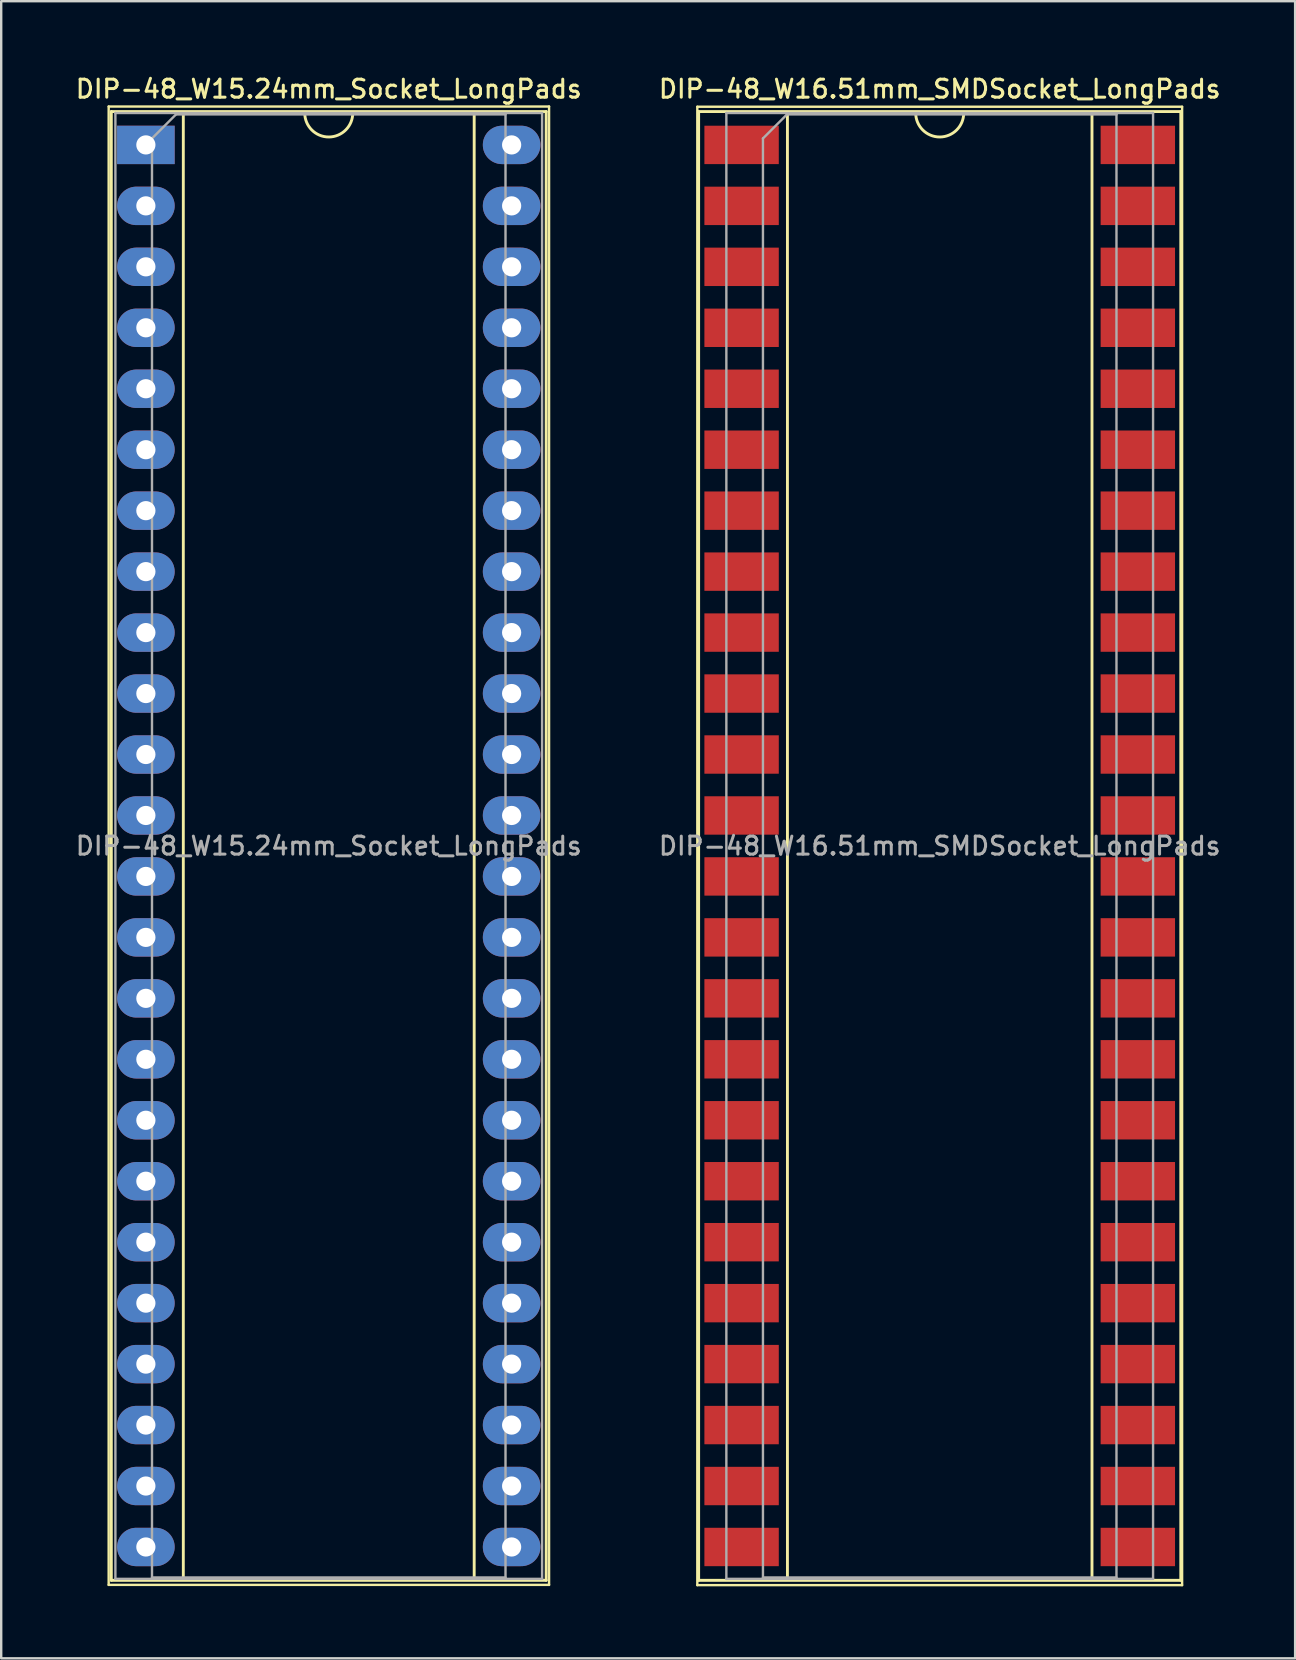
<source format=kicad_pcb>
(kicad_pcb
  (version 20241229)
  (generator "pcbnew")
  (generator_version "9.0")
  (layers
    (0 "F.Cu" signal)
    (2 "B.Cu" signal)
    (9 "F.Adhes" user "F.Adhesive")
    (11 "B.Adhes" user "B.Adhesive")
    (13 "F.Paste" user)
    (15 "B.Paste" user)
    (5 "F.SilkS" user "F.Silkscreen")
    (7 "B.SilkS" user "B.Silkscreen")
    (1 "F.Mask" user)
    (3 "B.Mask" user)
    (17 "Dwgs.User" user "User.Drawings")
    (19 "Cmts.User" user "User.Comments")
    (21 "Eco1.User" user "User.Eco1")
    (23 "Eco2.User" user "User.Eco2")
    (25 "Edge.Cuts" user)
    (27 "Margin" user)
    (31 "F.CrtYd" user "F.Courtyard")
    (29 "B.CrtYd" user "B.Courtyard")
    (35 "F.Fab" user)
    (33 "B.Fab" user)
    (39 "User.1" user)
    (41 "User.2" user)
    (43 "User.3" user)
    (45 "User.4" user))
  (footprint "DIP-48_W15.24mm_Socket_LongPads"
    (layer "F.Cu")
    (at 3.028 2.988)
    (property "Reference" "DIP-48_W15.24mm_Socket_LongPads" (at 7.62 -2.33 0) (layer "F.SilkS") (effects (font (size 0.75 0.75) (thickness 0.125))))
    (attr through_hole)
    (fp_line (start -1.55 -1.6) (end -1.55 60) (stroke (width 0.1) (type solid)) (layer "F.SilkS"))
    (fp_line (start -1.55 60) (end 16.8 60) (stroke (width 0.1) (type solid)) (layer "F.SilkS"))
    (fp_line (start -1.44 -1.39) (end -1.44 59.81) (stroke (width 0.12) (type solid)) (layer "F.SilkS"))
    (fp_line (start -1.44 59.81) (end 16.68 59.81) (stroke (width 0.12) (type solid)) (layer "F.SilkS"))
    (fp_line (start 1.56 -1.33) (end 1.56 59.75) (stroke (width 0.12) (type solid)) (layer "F.SilkS"))
    (fp_line (start 1.56 59.75) (end 13.68 59.75) (stroke (width 0.12) (type solid)) (layer "F.SilkS"))
    (fp_line (start 6.62 -1.33) (end 1.56 -1.33) (stroke (width 0.12) (type solid)) (layer "F.SilkS"))
    (fp_line (start 13.68 -1.33) (end 8.62 -1.33) (stroke (width 0.12) (type solid)) (layer "F.SilkS"))
    (fp_line (start 13.68 59.75) (end 13.68 -1.33) (stroke (width 0.12) (type solid)) (layer "F.SilkS"))
    (fp_line (start 16.68 -1.39) (end -1.44 -1.39) (stroke (width 0.12) (type solid)) (layer "F.SilkS"))
    (fp_line (start 16.68 59.81) (end 16.68 -1.39) (stroke (width 0.12) (type solid)) (layer "F.SilkS"))
    (fp_line (start 16.8 -1.6) (end -1.55 -1.6) (stroke (width 0.1) (type solid)) (layer "F.SilkS"))
    (fp_line (start 16.8 60) (end 16.8 -1.6) (stroke (width 0.1) (type solid)) (layer "F.SilkS"))
    (fp_arc (start 8.62 -1.33) (mid 7.62 -0.33) (end 6.62 -1.33) (stroke (width 0.12) (type solid)) (layer "F.SilkS"))
    (fp_line (start -1.27 -1.33) (end -1.27 59.75) (stroke (width 0.1) (type solid)) (layer "F.Fab"))
    (fp_line (start -1.27 59.75) (end 16.51 59.75) (stroke (width 0.1) (type solid)) (layer "F.Fab"))
    (fp_line (start 0.255 -0.27) (end 1.255 -1.27) (stroke (width 0.1) (type solid)) (layer "F.Fab"))
    (fp_line (start 0.255 59.69) (end 0.255 -0.27) (stroke (width 0.1) (type solid)) (layer "F.Fab"))
    (fp_line (start 1.255 -1.27) (end 14.985 -1.27) (stroke (width 0.1) (type solid)) (layer "F.Fab"))
    (fp_line (start 14.985 -1.27) (end 14.985 59.69) (stroke (width 0.1) (type solid)) (layer "F.Fab"))
    (fp_line (start 14.985 59.69) (end 0.255 59.69) (stroke (width 0.1) (type solid)) (layer "F.Fab"))
    (fp_line (start 16.51 -1.33) (end -1.27 -1.33) (stroke (width 0.1) (type solid)) (layer "F.Fab"))
    (fp_line (start 16.51 59.75) (end 16.51 -1.33) (stroke (width 0.1) (type solid)) (layer "F.Fab"))
    (fp_text user "${REFERENCE}" (at 7.62 29.21 0) (layer "F.Fab") (effects (font (size 0.75 0.75) (thickness 0.125))))
    (pad "1" thru_hole rect (at 0 0) (size 2.4 1.6) (drill 0.8) (layers "*.Cu" "*.Mask"))
    (pad "2" thru_hole oval (at 0 2.54) (size 2.4 1.6) (drill 0.8) (layers "*.Cu" "*.Mask"))
    (pad "3" thru_hole oval (at 0 5.08) (size 2.4 1.6) (drill 0.8) (layers "*.Cu" "*.Mask"))
    (pad "4" thru_hole oval (at 0 7.62) (size 2.4 1.6) (drill 0.8) (layers "*.Cu" "*.Mask"))
    (pad "5" thru_hole oval (at 0 10.16) (size 2.4 1.6) (drill 0.8) (layers "*.Cu" "*.Mask"))
    (pad "6" thru_hole oval (at 0 12.7) (size 2.4 1.6) (drill 0.8) (layers "*.Cu" "*.Mask"))
    (pad "7" thru_hole oval (at 0 15.24) (size 2.4 1.6) (drill 0.8) (layers "*.Cu" "*.Mask"))
    (pad "8" thru_hole oval (at 0 17.78) (size 2.4 1.6) (drill 0.8) (layers "*.Cu" "*.Mask"))
    (pad "9" thru_hole oval (at 0 20.32) (size 2.4 1.6) (drill 0.8) (layers "*.Cu" "*.Mask"))
    (pad "10" thru_hole oval (at 0 22.86) (size 2.4 1.6) (drill 0.8) (layers "*.Cu" "*.Mask"))
    (pad "11" thru_hole oval (at 0 25.4) (size 2.4 1.6) (drill 0.8) (layers "*.Cu" "*.Mask"))
    (pad "12" thru_hole oval (at 0 27.94) (size 2.4 1.6) (drill 0.8) (layers "*.Cu" "*.Mask"))
    (pad "13" thru_hole oval (at 0 30.48) (size 2.4 1.6) (drill 0.8) (layers "*.Cu" "*.Mask"))
    (pad "14" thru_hole oval (at 0 33.02) (size 2.4 1.6) (drill 0.8) (layers "*.Cu" "*.Mask"))
    (pad "15" thru_hole oval (at 0 35.56) (size 2.4 1.6) (drill 0.8) (layers "*.Cu" "*.Mask"))
    (pad "16" thru_hole oval (at 0 38.1) (size 2.4 1.6) (drill 0.8) (layers "*.Cu" "*.Mask"))
    (pad "17" thru_hole oval (at 0 40.64) (size 2.4 1.6) (drill 0.8) (layers "*.Cu" "*.Mask"))
    (pad "18" thru_hole oval (at 0 43.18) (size 2.4 1.6) (drill 0.8) (layers "*.Cu" "*.Mask"))
    (pad "19" thru_hole oval (at 0 45.72) (size 2.4 1.6) (drill 0.8) (layers "*.Cu" "*.Mask"))
    (pad "20" thru_hole oval (at 0 48.26) (size 2.4 1.6) (drill 0.8) (layers "*.Cu" "*.Mask"))
    (pad "21" thru_hole oval (at 0 50.8) (size 2.4 1.6) (drill 0.8) (layers "*.Cu" "*.Mask"))
    (pad "22" thru_hole oval (at 0 53.34) (size 2.4 1.6) (drill 0.8) (layers "*.Cu" "*.Mask"))
    (pad "23" thru_hole oval (at 0 55.88) (size 2.4 1.6) (drill 0.8) (layers "*.Cu" "*.Mask"))
    (pad "24" thru_hole oval (at 0 58.42) (size 2.4 1.6) (drill 0.8) (layers "*.Cu" "*.Mask"))
    (pad "25" thru_hole oval (at 15.24 58.42) (size 2.4 1.6) (drill 0.8) (layers "*.Cu" "*.Mask"))
    (pad "26" thru_hole oval (at 15.24 55.88) (size 2.4 1.6) (drill 0.8) (layers "*.Cu" "*.Mask"))
    (pad "27" thru_hole oval (at 15.24 53.34) (size 2.4 1.6) (drill 0.8) (layers "*.Cu" "*.Mask"))
    (pad "28" thru_hole oval (at 15.24 50.8) (size 2.4 1.6) (drill 0.8) (layers "*.Cu" "*.Mask"))
    (pad "29" thru_hole oval (at 15.24 48.26) (size 2.4 1.6) (drill 0.8) (layers "*.Cu" "*.Mask"))
    (pad "30" thru_hole oval (at 15.24 45.72) (size 2.4 1.6) (drill 0.8) (layers "*.Cu" "*.Mask"))
    (pad "31" thru_hole oval (at 15.24 43.18) (size 2.4 1.6) (drill 0.8) (layers "*.Cu" "*.Mask"))
    (pad "32" thru_hole oval (at 15.24 40.64) (size 2.4 1.6) (drill 0.8) (layers "*.Cu" "*.Mask"))
    (pad "33" thru_hole oval (at 15.24 38.1) (size 2.4 1.6) (drill 0.8) (layers "*.Cu" "*.Mask"))
    (pad "34" thru_hole oval (at 15.24 35.56) (size 2.4 1.6) (drill 0.8) (layers "*.Cu" "*.Mask"))
    (pad "35" thru_hole oval (at 15.24 33.02) (size 2.4 1.6) (drill 0.8) (layers "*.Cu" "*.Mask"))
    (pad "36" thru_hole oval (at 15.24 30.48) (size 2.4 1.6) (drill 0.8) (layers "*.Cu" "*.Mask"))
    (pad "37" thru_hole oval (at 15.24 27.94) (size 2.4 1.6) (drill 0.8) (layers "*.Cu" "*.Mask"))
    (pad "38" thru_hole oval (at 15.24 25.4) (size 2.4 1.6) (drill 0.8) (layers "*.Cu" "*.Mask"))
    (pad "39" thru_hole oval (at 15.24 22.86) (size 2.4 1.6) (drill 0.8) (layers "*.Cu" "*.Mask"))
    (pad "40" thru_hole oval (at 15.24 20.32) (size 2.4 1.6) (drill 0.8) (layers "*.Cu" "*.Mask"))
    (pad "41" thru_hole oval (at 15.24 17.78) (size 2.4 1.6) (drill 0.8) (layers "*.Cu" "*.Mask"))
    (pad "42" thru_hole oval (at 15.24 15.24) (size 2.4 1.6) (drill 0.8) (layers "*.Cu" "*.Mask"))
    (pad "43" thru_hole oval (at 15.24 12.7) (size 2.4 1.6) (drill 0.8) (layers "*.Cu" "*.Mask"))
    (pad "44" thru_hole oval (at 15.24 10.16) (size 2.4 1.6) (drill 0.8) (layers "*.Cu" "*.Mask"))
    (pad "45" thru_hole oval (at 15.24 7.62) (size 2.4 1.6) (drill 0.8) (layers "*.Cu" "*.Mask"))
    (pad "46" thru_hole oval (at 15.24 5.08) (size 2.4 1.6) (drill 0.8) (layers "*.Cu" "*.Mask"))
    (pad "47" thru_hole oval (at 15.24 2.54) (size 2.4 1.6) (drill 0.8) (layers "*.Cu" "*.Mask"))
    (pad "48" thru_hole oval (at 15.24 0) (size 2.4 1.6) (drill 0.8) (layers "*.Cu" "*.Mask")))
  (footprint "DIP-48_W16.51mm_SMDSocket_LongPads"
    (layer "F.Cu")
    (at 36.105 32.198)
    (property "Reference" "DIP-48_W16.51mm_SMDSocket_LongPads" (at 0 -31.54 0) (layer "F.SilkS") (effects (font (size 0.75 0.75) (thickness 0.125))))
    (attr smd)
    (fp_line (start -10.1 -30.8) (end -10.1 30.8) (stroke (width 0.1) (type solid)) (layer "F.SilkS"))
    (fp_line (start -10.1 30.8) (end 10.1 30.8) (stroke (width 0.1) (type solid)) (layer "F.SilkS"))
    (fp_line (start -10.045 -30.6) (end -10.045 30.6) (stroke (width 0.12) (type solid)) (layer "F.SilkS"))
    (fp_line (start -10.045 30.6) (end 10.045 30.6) (stroke (width 0.12) (type solid)) (layer "F.SilkS"))
    (fp_line (start -6.345 -30.54) (end -6.345 30.54) (stroke (width 0.12) (type solid)) (layer "F.SilkS"))
    (fp_line (start -6.345 30.54) (end 6.345 30.54) (stroke (width 0.12) (type solid)) (layer "F.SilkS"))
    (fp_line (start -1 -30.54) (end -6.345 -30.54) (stroke (width 0.12) (type solid)) (layer "F.SilkS"))
    (fp_line (start 6.345 -30.54) (end 1 -30.54) (stroke (width 0.12) (type solid)) (layer "F.SilkS"))
    (fp_line (start 6.345 30.54) (end 6.345 -30.54) (stroke (width 0.12) (type solid)) (layer "F.SilkS"))
    (fp_line (start 10.045 -30.6) (end -10.045 -30.6) (stroke (width 0.12) (type solid)) (layer "F.SilkS"))
    (fp_line (start 10.045 30.6) (end 10.045 -30.6) (stroke (width 0.12) (type solid)) (layer "F.SilkS"))
    (fp_line (start 10.1 -30.8) (end -10.1 -30.8) (stroke (width 0.1) (type solid)) (layer "F.SilkS"))
    (fp_line (start 10.1 30.8) (end 10.1 -30.8) (stroke (width 0.1) (type solid)) (layer "F.SilkS"))
    (fp_arc (start 1 -30.54) (mid 0 -29.54) (end -1 -30.54) (stroke (width 0.12) (type solid)) (layer "F.SilkS"))
    (fp_line (start -8.89 -30.54) (end -8.89 30.54) (stroke (width 0.1) (type solid)) (layer "F.Fab"))
    (fp_line (start -8.89 30.54) (end 8.89 30.54) (stroke (width 0.1) (type solid)) (layer "F.Fab"))
    (fp_line (start -7.365 -29.48) (end -6.365 -30.48) (stroke (width 0.1) (type solid)) (layer "F.Fab"))
    (fp_line (start -7.365 30.48) (end -7.365 -29.48) (stroke (width 0.1) (type solid)) (layer "F.Fab"))
    (fp_line (start -6.365 -30.48) (end 7.365 -30.48) (stroke (width 0.1) (type solid)) (layer "F.Fab"))
    (fp_line (start 7.365 -30.48) (end 7.365 30.48) (stroke (width 0.1) (type solid)) (layer "F.Fab"))
    (fp_line (start 7.365 30.48) (end -7.365 30.48) (stroke (width 0.1) (type solid)) (layer "F.Fab"))
    (fp_line (start 8.89 -30.54) (end -8.89 -30.54) (stroke (width 0.1) (type solid)) (layer "F.Fab"))
    (fp_line (start 8.89 30.54) (end 8.89 -30.54) (stroke (width 0.1) (type solid)) (layer "F.Fab"))
    (fp_text user "${REFERENCE}" (at 0 0 0) (layer "F.Fab") (effects (font (size 0.75 0.75) (thickness 0.125))))
    (pad "1" smd rect (at -8.255 -29.21) (size 3.1 1.6) (layers "F.Cu" "F.Mask" "F.Paste"))
    (pad "2" smd rect (at -8.255 -26.67) (size 3.1 1.6) (layers "F.Cu" "F.Mask" "F.Paste"))
    (pad "3" smd rect (at -8.255 -24.13) (size 3.1 1.6) (layers "F.Cu" "F.Mask" "F.Paste"))
    (pad "4" smd rect (at -8.255 -21.59) (size 3.1 1.6) (layers "F.Cu" "F.Mask" "F.Paste"))
    (pad "5" smd rect (at -8.255 -19.05) (size 3.1 1.6) (layers "F.Cu" "F.Mask" "F.Paste"))
    (pad "6" smd rect (at -8.255 -16.51) (size 3.1 1.6) (layers "F.Cu" "F.Mask" "F.Paste"))
    (pad "7" smd rect (at -8.255 -13.97) (size 3.1 1.6) (layers "F.Cu" "F.Mask" "F.Paste"))
    (pad "8" smd rect (at -8.255 -11.43) (size 3.1 1.6) (layers "F.Cu" "F.Mask" "F.Paste"))
    (pad "9" smd rect (at -8.255 -8.89) (size 3.1 1.6) (layers "F.Cu" "F.Mask" "F.Paste"))
    (pad "10" smd rect (at -8.255 -6.35) (size 3.1 1.6) (layers "F.Cu" "F.Mask" "F.Paste"))
    (pad "11" smd rect (at -8.255 -3.81) (size 3.1 1.6) (layers "F.Cu" "F.Mask" "F.Paste"))
    (pad "12" smd rect (at -8.255 -1.27) (size 3.1 1.6) (layers "F.Cu" "F.Mask" "F.Paste"))
    (pad "13" smd rect (at -8.255 1.27) (size 3.1 1.6) (layers "F.Cu" "F.Mask" "F.Paste"))
    (pad "14" smd rect (at -8.255 3.81) (size 3.1 1.6) (layers "F.Cu" "F.Mask" "F.Paste"))
    (pad "15" smd rect (at -8.255 6.35) (size 3.1 1.6) (layers "F.Cu" "F.Mask" "F.Paste"))
    (pad "16" smd rect (at -8.255 8.89) (size 3.1 1.6) (layers "F.Cu" "F.Mask" "F.Paste"))
    (pad "17" smd rect (at -8.255 11.43) (size 3.1 1.6) (layers "F.Cu" "F.Mask" "F.Paste"))
    (pad "18" smd rect (at -8.255 13.97) (size 3.1 1.6) (layers "F.Cu" "F.Mask" "F.Paste"))
    (pad "19" smd rect (at -8.255 16.51) (size 3.1 1.6) (layers "F.Cu" "F.Mask" "F.Paste"))
    (pad "20" smd rect (at -8.255 19.05) (size 3.1 1.6) (layers "F.Cu" "F.Mask" "F.Paste"))
    (pad "21" smd rect (at -8.255 21.59) (size 3.1 1.6) (layers "F.Cu" "F.Mask" "F.Paste"))
    (pad "22" smd rect (at -8.255 24.13) (size 3.1 1.6) (layers "F.Cu" "F.Mask" "F.Paste"))
    (pad "23" smd rect (at -8.255 26.67) (size 3.1 1.6) (layers "F.Cu" "F.Mask" "F.Paste"))
    (pad "24" smd rect (at -8.255 29.21) (size 3.1 1.6) (layers "F.Cu" "F.Mask" "F.Paste"))
    (pad "25" smd rect (at 8.255 29.21) (size 3.1 1.6) (layers "F.Cu" "F.Mask" "F.Paste"))
    (pad "26" smd rect (at 8.255 26.67) (size 3.1 1.6) (layers "F.Cu" "F.Mask" "F.Paste"))
    (pad "27" smd rect (at 8.255 24.13) (size 3.1 1.6) (layers "F.Cu" "F.Mask" "F.Paste"))
    (pad "28" smd rect (at 8.255 21.59) (size 3.1 1.6) (layers "F.Cu" "F.Mask" "F.Paste"))
    (pad "29" smd rect (at 8.255 19.05) (size 3.1 1.6) (layers "F.Cu" "F.Mask" "F.Paste"))
    (pad "30" smd rect (at 8.255 16.51) (size 3.1 1.6) (layers "F.Cu" "F.Mask" "F.Paste"))
    (pad "31" smd rect (at 8.255 13.97) (size 3.1 1.6) (layers "F.Cu" "F.Mask" "F.Paste"))
    (pad "32" smd rect (at 8.255 11.43) (size 3.1 1.6) (layers "F.Cu" "F.Mask" "F.Paste"))
    (pad "33" smd rect (at 8.255 8.89) (size 3.1 1.6) (layers "F.Cu" "F.Mask" "F.Paste"))
    (pad "34" smd rect (at 8.255 6.35) (size 3.1 1.6) (layers "F.Cu" "F.Mask" "F.Paste"))
    (pad "35" smd rect (at 8.255 3.81) (size 3.1 1.6) (layers "F.Cu" "F.Mask" "F.Paste"))
    (pad "36" smd rect (at 8.255 1.27) (size 3.1 1.6) (layers "F.Cu" "F.Mask" "F.Paste"))
    (pad "37" smd rect (at 8.255 -1.27) (size 3.1 1.6) (layers "F.Cu" "F.Mask" "F.Paste"))
    (pad "38" smd rect (at 8.255 -3.81) (size 3.1 1.6) (layers "F.Cu" "F.Mask" "F.Paste"))
    (pad "39" smd rect (at 8.255 -6.35) (size 3.1 1.6) (layers "F.Cu" "F.Mask" "F.Paste"))
    (pad "40" smd rect (at 8.255 -8.89) (size 3.1 1.6) (layers "F.Cu" "F.Mask" "F.Paste"))
    (pad "41" smd rect (at 8.255 -11.43) (size 3.1 1.6) (layers "F.Cu" "F.Mask" "F.Paste"))
    (pad "42" smd rect (at 8.255 -13.97) (size 3.1 1.6) (layers "F.Cu" "F.Mask" "F.Paste"))
    (pad "43" smd rect (at 8.255 -16.51) (size 3.1 1.6) (layers "F.Cu" "F.Mask" "F.Paste"))
    (pad "44" smd rect (at 8.255 -19.05) (size 3.1 1.6) (layers "F.Cu" "F.Mask" "F.Paste"))
    (pad "45" smd rect (at 8.255 -21.59) (size 3.1 1.6) (layers "F.Cu" "F.Mask" "F.Paste"))
    (pad "46" smd rect (at 8.255 -24.13) (size 3.1 1.6) (layers "F.Cu" "F.Mask" "F.Paste"))
    (pad "47" smd rect (at 8.255 -26.67) (size 3.1 1.6) (layers "F.Cu" "F.Mask" "F.Paste"))
    (pad "48" smd rect (at 8.255 -29.21) (size 3.1 1.6) (layers "F.Cu" "F.Mask" "F.Paste")))
  (gr_rect
    (start -3 -3)
    (end 50.914 66.048)
    (stroke (width 0.1) (type default))
    (fill no)
    (layer "Edge.Cuts")))
</source>
